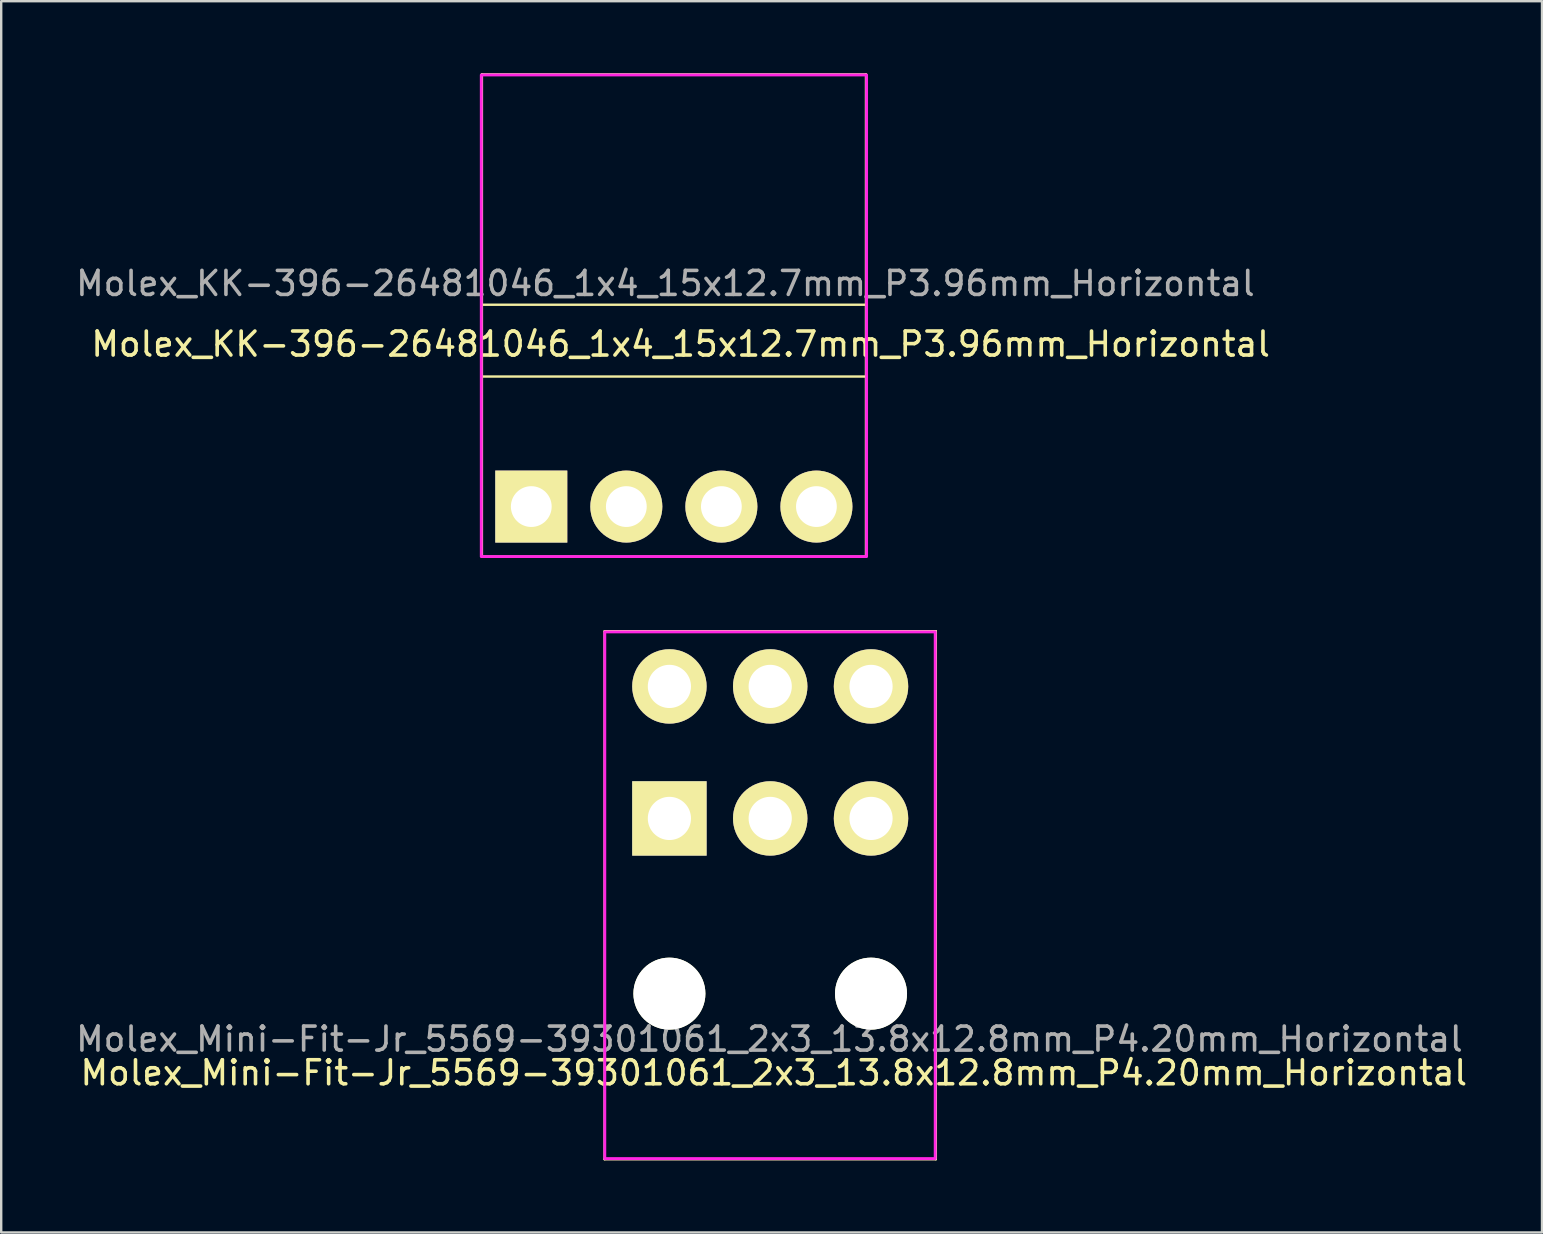
<source format=kicad_pcb>
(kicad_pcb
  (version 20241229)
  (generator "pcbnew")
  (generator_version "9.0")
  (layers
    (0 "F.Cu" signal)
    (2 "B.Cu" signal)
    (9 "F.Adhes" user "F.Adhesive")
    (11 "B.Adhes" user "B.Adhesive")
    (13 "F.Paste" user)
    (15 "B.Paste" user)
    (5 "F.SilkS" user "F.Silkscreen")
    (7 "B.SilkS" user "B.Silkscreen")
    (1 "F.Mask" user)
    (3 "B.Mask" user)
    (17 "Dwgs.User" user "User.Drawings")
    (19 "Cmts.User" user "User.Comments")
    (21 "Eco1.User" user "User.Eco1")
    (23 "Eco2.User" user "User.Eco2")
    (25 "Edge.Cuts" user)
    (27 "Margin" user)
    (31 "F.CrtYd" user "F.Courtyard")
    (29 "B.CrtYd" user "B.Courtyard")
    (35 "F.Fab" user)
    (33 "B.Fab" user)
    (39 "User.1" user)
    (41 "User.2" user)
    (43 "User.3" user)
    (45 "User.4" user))
  (footprint "Molex_Mini-Fit-Jr_5569-39301061_2x3_13.8x12.8mm_P4.20mm_Horizontal"
    (layer "F.Cu")
    (at 24.84 31.049)
    (property "Reference" "Molex_Mini-Fit-Jr_5569-39301061_2x3_13.8x12.8mm_P4.20mm_Horizontal" (at 4.35 10.6 0) (layer "F.SilkS") (effects (font (size 1 1) (thickness 0.15))))
    (attr through_hole)
    (fp_line (start -2.7 -7.8) (end 11.1 -7.8) (stroke (width 0.1) (type solid)) (layer "F.SilkS"))
    (fp_line (start -2.7 14.2) (end -2.7 -7.8) (stroke (width 0.1) (type solid)) (layer "F.SilkS"))
    (fp_line (start -2.7 14.2) (end 11.1 14.2) (stroke (width 0.1) (type solid)) (layer "F.SilkS"))
    (fp_line (start 11.1 14.2) (end 11.1 -7.8) (stroke (width 0.1) (type solid)) (layer "F.SilkS"))
    (fp_rect (start -2.692 -7.772) (end 11.074 14.173) (stroke (width 0.12) (type solid)) (fill no) (layer "F.CrtYd"))
    (fp_text user "${REFERENCE}" (at 4.166 9.195 0) (layer "F.Fab") (effects (font (size 1 1) (thickness 0.15))))
    (pad "" np_thru_hole circle (at 0 7.3) (size 3 3) (drill 3) (layers "*.Cu" "*.Mask" "F.SilkS"))
    (pad "" np_thru_hole circle (at 8.4 7.3) (size 3 3) (drill 3) (layers "*.Cu" "*.Mask" "F.SilkS"))
    (pad "1" thru_hole rect (at 0 0) (size 3.1 3.1) (drill 1.8) (layers "*.Cu" "*.Mask" "F.SilkS"))
    (pad "2" thru_hole circle (at 0 -5.5) (size 3.1 3.1) (drill 1.8) (layers "*.Cu" "*.Mask" "F.SilkS"))
    (pad "3" thru_hole circle (at 4.2 0) (size 3.1 3.1) (drill 1.8) (layers "*.Cu" "*.Mask" "F.SilkS"))
    (pad "4" thru_hole circle (at 4.2 -5.5) (size 3.1 3.1) (drill 1.8) (layers "*.Cu" "*.Mask" "F.SilkS"))
    (pad "5" thru_hole circle (at 8.4 0) (size 3.1 3.1) (drill 1.8) (layers "*.Cu" "*.Mask" "F.SilkS"))
    (pad "6" thru_hole circle (at 8.4 -5.5) (size 3.1 3.1) (drill 1.8) (layers "*.Cu" "*.Mask" "F.SilkS")))
  (footprint "Molex_KK-396-26481046_1x4_15x12.7mm_P3.96mm_Horizontal"
    (layer "F.Cu")
    (at 19.085 18.056)
    (property "Reference" "Molex_KK-396-26481046_1x4_15x12.7mm_P3.96mm_Horizontal" (at 6.223 -6.769 0) (layer "F.SilkS") (effects (font (size 1 1) (thickness 0.15))))
    (attr through_hole)
    (fp_line (start -2.065 -5.418) (end 13.95 -5.418) (stroke (width 0.1) (type solid)) (layer "F.SilkS"))
    (fp_line (start -2.057 -18.006) (end 13.945 -18.006) (stroke (width 0.1) (type solid)) (layer "F.SilkS"))
    (fp_line (start -2.057 2.085) (end -2.057 -18.006) (stroke (width 0.1) (type solid)) (layer "F.SilkS"))
    (fp_line (start -2.055 2.085) (end 13.94 2.085) (stroke (width 0.1) (type solid)) (layer "F.SilkS"))
    (fp_line (start -2.04 -8.41) (end 13.929 -8.41) (stroke (width 0.1) (type solid)) (layer "F.SilkS"))
    (fp_line (start 13.945 2.075) (end 13.945 -18.006) (stroke (width 0.1) (type solid)) (layer "F.SilkS"))
    (fp_rect (start -2.083 -17.983) (end 13.97 2.083) (stroke (width 0.12) (type solid)) (fill no) (layer "F.CrtYd"))
    (fp_text user "${REFERENCE}" (at 5.588 -9.296 0) (layer "F.Fab") (effects (font (size 1 1) (thickness 0.15))))
    (pad "1" thru_hole rect (at 0 0) (size 3 3) (drill 1.699) (layers "*.Cu" "*.Mask" "F.SilkS"))
    (pad "2" thru_hole circle (at 3.96 0) (size 3 3) (drill 1.699) (layers "*.Cu" "*.Mask" "F.SilkS"))
    (pad "3" thru_hole circle (at 7.92 0) (size 3 3) (drill 1.699) (layers "*.Cu" "*.Mask" "F.SilkS"))
    (pad "4" thru_hole circle (at 11.88 0) (size 3 3) (drill 1.699) (layers "*.Cu" "*.Mask" "F.SilkS")))
  (gr_rect
    (start -3 -3)
    (end 61.196 48.299)
    (stroke (width 0.1) (type default))
    (fill no)
    (layer "Edge.Cuts")))
</source>
